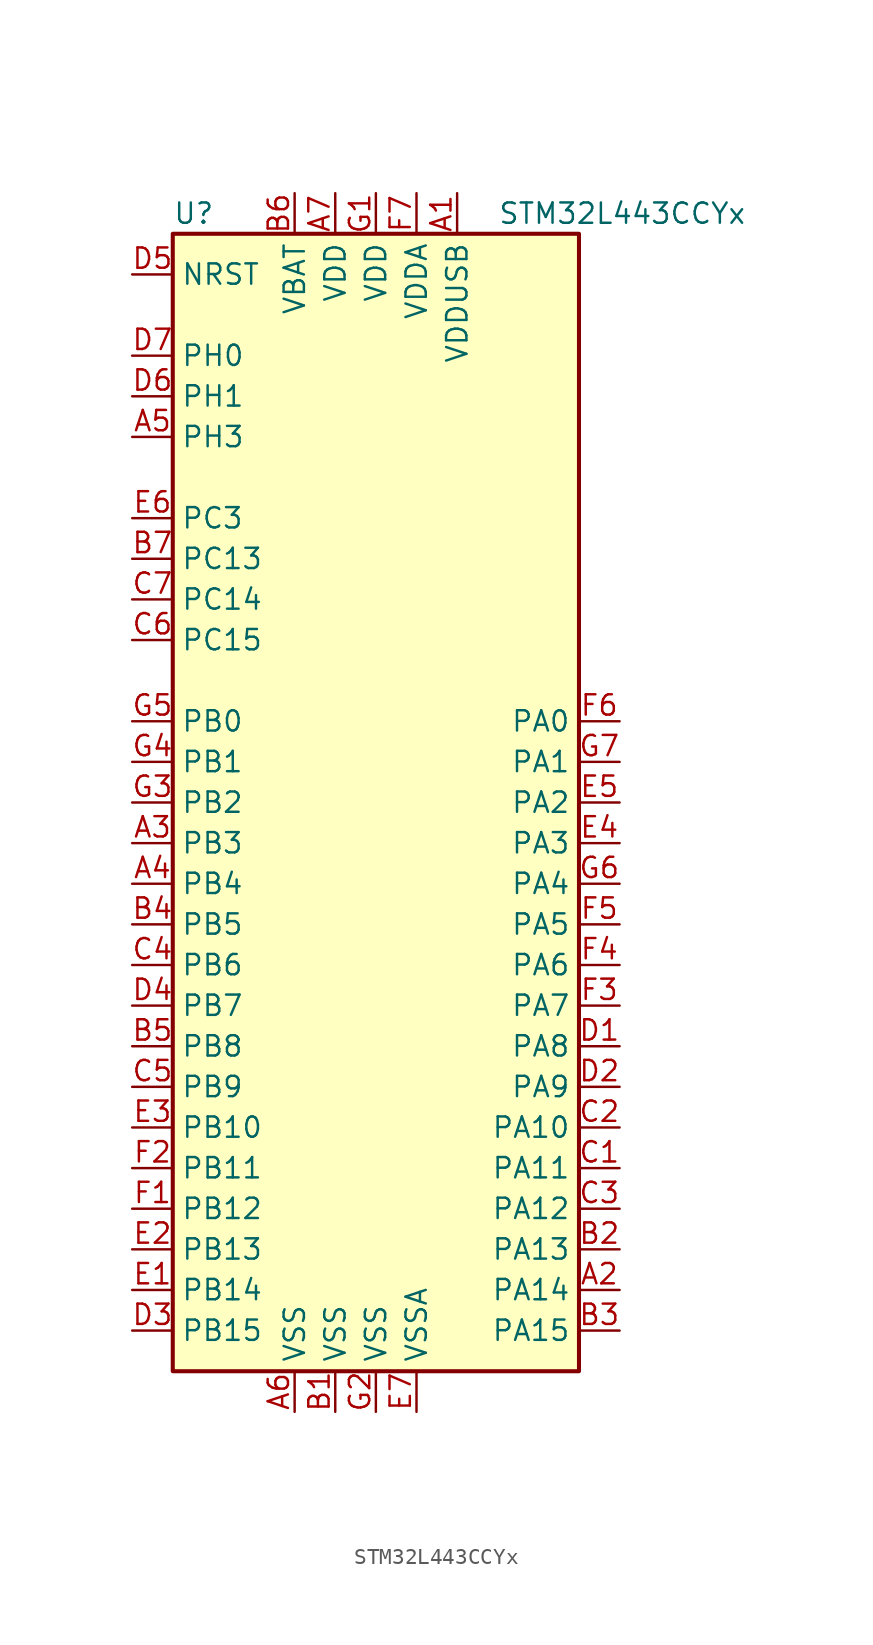
<source format=kicad_sym>
(kicad_symbol_lib
  (version 20201005)
  (generator kicad_symbol_editor)
  (symbol "STM32L443CCYx"
    (property "Reference" "U"
      (at -12.7 36.83 0)
      (effects (font (size 1.27 1.27)) (justify left)))
    (property "Value" "STM32L443CCYx"
      (at 7.62 36.83 0)
      (effects (font (size 1.27 1.27)) (justify left)))
    (symbol "STM32L443CCYx_0_1"
      (rectangle (start -12.7 -35.56) (end 12.7 35.56) (stroke (width 0.254)) (fill (type background))))
    (symbol "STM32L443CCYx_1_1"
      (pin power_in line (at 5.08 38.1 270) (length 2.54) (name "VDDUSB" (effects (font (size 1.27 1.27)))) (number "A1" (effects (font (size 1.27 1.27)))))
      (pin bidirectional line (at 15.24 -30.48 180) (length 2.54) (name "PA14" (effects (font (size 1.27 1.27)))) (number "A2" (effects (font (size 1.27 1.27)))))
      (pin bidirectional line (at -15.24 -2.54 0) (length 2.54) (name "PB3" (effects (font (size 1.27 1.27)))) (number "A3" (effects (font (size 1.27 1.27)))))
      (pin bidirectional line (at -15.24 -5.08 0) (length 2.54) (name "PB4" (effects (font (size 1.27 1.27)))) (number "A4" (effects (font (size 1.27 1.27)))))
      (pin bidirectional line (at -15.24 22.86 0) (length 2.54) (name "PH3" (effects (font (size 1.27 1.27)))) (number "A5" (effects (font (size 1.27 1.27)))))
      (pin power_in line (at -5.08 -38.1 90) (length 2.54) (name "VSS" (effects (font (size 1.27 1.27)))) (number "A6" (effects (font (size 1.27 1.27)))))
      (pin power_in line (at -2.54 38.1 270) (length 2.54) (name "VDD" (effects (font (size 1.27 1.27)))) (number "A7" (effects (font (size 1.27 1.27)))))
      (pin power_in line (at -2.54 -38.1 90) (length 2.54) (name "VSS" (effects (font (size 1.27 1.27)))) (number "B1" (effects (font (size 1.27 1.27)))))
      (pin bidirectional line (at 15.24 -27.94 180) (length 2.54) (name "PA13" (effects (font (size 1.27 1.27)))) (number "B2" (effects (font (size 1.27 1.27)))))
      (pin bidirectional line (at 15.24 -33.02 180) (length 2.54) (name "PA15" (effects (font (size 1.27 1.27)))) (number "B3" (effects (font (size 1.27 1.27)))))
      (pin bidirectional line (at -15.24 -7.62 0) (length 2.54) (name "PB5" (effects (font (size 1.27 1.27)))) (number "B4" (effects (font (size 1.27 1.27)))))
      (pin bidirectional line (at -15.24 -15.24 0) (length 2.54) (name "PB8" (effects (font (size 1.27 1.27)))) (number "B5" (effects (font (size 1.27 1.27)))))
      (pin power_in line (at -5.08 38.1 270) (length 2.54) (name "VBAT" (effects (font (size 1.27 1.27)))) (number "B6" (effects (font (size 1.27 1.27)))))
      (pin bidirectional line (at -15.24 15.24 0) (length 2.54) (name "PC13" (effects (font (size 1.27 1.27)))) (number "B7" (effects (font (size 1.27 1.27)))))
      (pin bidirectional line (at 15.24 -22.86 180) (length 2.54) (name "PA11" (effects (font (size 1.27 1.27)))) (number "C1" (effects (font (size 1.27 1.27)))))
      (pin bidirectional line (at 15.24 -20.32 180) (length 2.54) (name "PA10" (effects (font (size 1.27 1.27)))) (number "C2" (effects (font (size 1.27 1.27)))))
      (pin bidirectional line (at 15.24 -25.4 180) (length 2.54) (name "PA12" (effects (font (size 1.27 1.27)))) (number "C3" (effects (font (size 1.27 1.27)))))
      (pin bidirectional line (at -15.24 -10.16 0) (length 2.54) (name "PB6" (effects (font (size 1.27 1.27)))) (number "C4" (effects (font (size 1.27 1.27)))))
      (pin bidirectional line (at -15.24 -17.78 0) (length 2.54) (name "PB9" (effects (font (size 1.27 1.27)))) (number "C5" (effects (font (size 1.27 1.27)))))
      (pin bidirectional line (at -15.24 10.16 0) (length 2.54) (name "PC15" (effects (font (size 1.27 1.27)))) (number "C6" (effects (font (size 1.27 1.27)))))
      (pin bidirectional line (at -15.24 12.7 0) (length 2.54) (name "PC14" (effects (font (size 1.27 1.27)))) (number "C7" (effects (font (size 1.27 1.27)))))
      (pin bidirectional line (at 15.24 -15.24 180) (length 2.54) (name "PA8" (effects (font (size 1.27 1.27)))) (number "D1" (effects (font (size 1.27 1.27)))))
      (pin bidirectional line (at 15.24 -17.78 180) (length 2.54) (name "PA9" (effects (font (size 1.27 1.27)))) (number "D2" (effects (font (size 1.27 1.27)))))
      (pin bidirectional line (at -15.24 -33.02 0) (length 2.54) (name "PB15" (effects (font (size 1.27 1.27)))) (number "D3" (effects (font (size 1.27 1.27)))))
      (pin bidirectional line (at -15.24 -12.7 0) (length 2.54) (name "PB7" (effects (font (size 1.27 1.27)))) (number "D4" (effects (font (size 1.27 1.27)))))
      (pin input line (at -15.24 33.02 0) (length 2.54) (name "NRST" (effects (font (size 1.27 1.27)))) (number "D5" (effects (font (size 1.27 1.27)))))
      (pin input line (at -15.24 25.4 0) (length 2.54) (name "PH1" (effects (font (size 1.27 1.27)))) (number "D6" (effects (font (size 1.27 1.27)))))
      (pin input line (at -15.24 27.94 0) (length 2.54) (name "PH0" (effects (font (size 1.27 1.27)))) (number "D7" (effects (font (size 1.27 1.27)))))
      (pin bidirectional line (at -15.24 -30.48 0) (length 2.54) (name "PB14" (effects (font (size 1.27 1.27)))) (number "E1" (effects (font (size 1.27 1.27)))))
      (pin bidirectional line (at -15.24 -27.94 0) (length 2.54) (name "PB13" (effects (font (size 1.27 1.27)))) (number "E2" (effects (font (size 1.27 1.27)))))
      (pin bidirectional line (at -15.24 -20.32 0) (length 2.54) (name "PB10" (effects (font (size 1.27 1.27)))) (number "E3" (effects (font (size 1.27 1.27)))))
      (pin bidirectional line (at 15.24 -2.54 180) (length 2.54) (name "PA3" (effects (font (size 1.27 1.27)))) (number "E4" (effects (font (size 1.27 1.27)))))
      (pin bidirectional line (at 15.24 0 180) (length 2.54) (name "PA2" (effects (font (size 1.27 1.27)))) (number "E5" (effects (font (size 1.27 1.27)))))
      (pin bidirectional line (at -15.24 17.78 0) (length 2.54) (name "PC3" (effects (font (size 1.27 1.27)))) (number "E6" (effects (font (size 1.27 1.27)))))
      (pin power_in line (at 2.54 -38.1 90) (length 2.54) (name "VSSA" (effects (font (size 1.27 1.27)))) (number "E7" (effects (font (size 1.27 1.27)))))
      (pin bidirectional line (at -15.24 -25.4 0) (length 2.54) (name "PB12" (effects (font (size 1.27 1.27)))) (number "F1" (effects (font (size 1.27 1.27)))))
      (pin bidirectional line (at -15.24 -22.86 0) (length 2.54) (name "PB11" (effects (font (size 1.27 1.27)))) (number "F2" (effects (font (size 1.27 1.27)))))
      (pin bidirectional line (at 15.24 -12.7 180) (length 2.54) (name "PA7" (effects (font (size 1.27 1.27)))) (number "F3" (effects (font (size 1.27 1.27)))))
      (pin bidirectional line (at 15.24 -10.16 180) (length 2.54) (name "PA6" (effects (font (size 1.27 1.27)))) (number "F4" (effects (font (size 1.27 1.27)))))
      (pin bidirectional line (at 15.24 -7.62 180) (length 2.54) (name "PA5" (effects (font (size 1.27 1.27)))) (number "F5" (effects (font (size 1.27 1.27)))))
      (pin bidirectional line (at 15.24 5.08 180) (length 2.54) (name "PA0" (effects (font (size 1.27 1.27)))) (number "F6" (effects (font (size 1.27 1.27)))))
      (pin power_in line (at 2.54 38.1 270) (length 2.54) (name "VDDA" (effects (font (size 1.27 1.27)))) (number "F7" (effects (font (size 1.27 1.27)))))
      (pin power_in line (at 0 38.1 270) (length 2.54) (name "VDD" (effects (font (size 1.27 1.27)))) (number "G1" (effects (font (size 1.27 1.27)))))
      (pin power_in line (at 0 -38.1 90) (length 2.54) (name "VSS" (effects (font (size 1.27 1.27)))) (number "G2" (effects (font (size 1.27 1.27)))))
      (pin bidirectional line (at -15.24 0 0) (length 2.54) (name "PB2" (effects (font (size 1.27 1.27)))) (number "G3" (effects (font (size 1.27 1.27)))))
      (pin bidirectional line (at -15.24 2.54 0) (length 2.54) (name "PB1" (effects (font (size 1.27 1.27)))) (number "G4" (effects (font (size 1.27 1.27)))))
      (pin bidirectional line (at -15.24 5.08 0) (length 2.54) (name "PB0" (effects (font (size 1.27 1.27)))) (number "G5" (effects (font (size 1.27 1.27)))))
      (pin bidirectional line (at 15.24 -5.08 180) (length 2.54) (name "PA4" (effects (font (size 1.27 1.27)))) (number "G6" (effects (font (size 1.27 1.27)))))
      (pin bidirectional line (at 15.24 2.54 180) (length 2.54) (name "PA1" (effects (font (size 1.27 1.27)))) (number "G7" (effects (font (size 1.27 1.27))))))))
</source>
